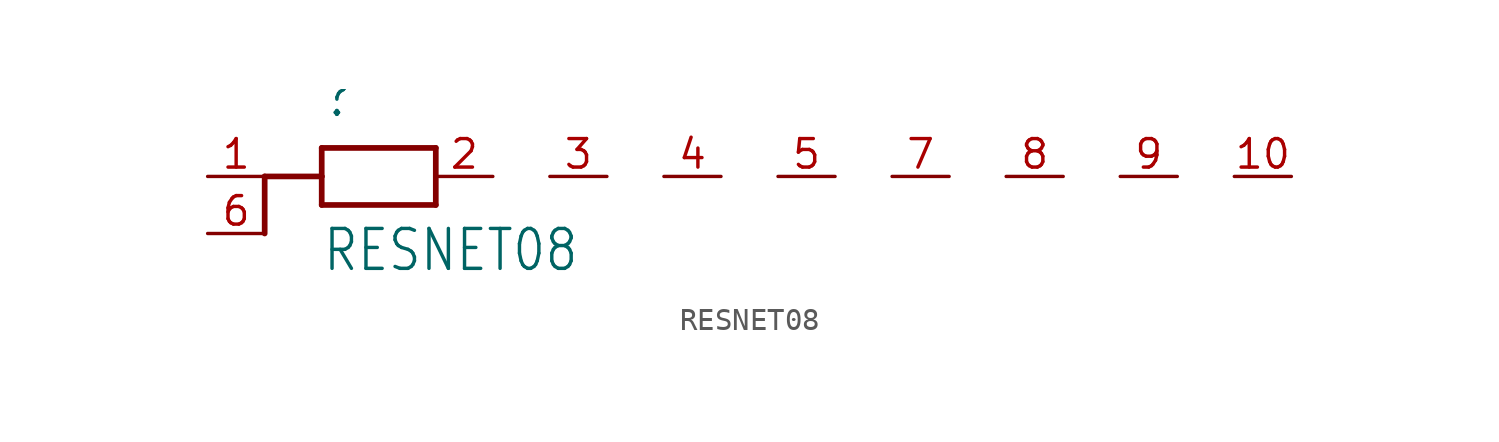
<source format=kicad_sym>
(kicad_symbol_lib
  (version 20211014)
  (generator kicad_symbol_editor)
  (symbol "RESNET08"
    (property "Reference" ""
      (at -7.62 2.54 0)
      (effects (font (size 1.778 1.511)) (justify left bottom)))
    (property "Value" "RESNET08"
      (at -7.62 -4.318 0)
      (effects (font (size 1.778 1.511)) (justify left bottom)))
    (property "ki_locked" ""
      (at 0 0 0)
      (effects (font (size 1.27 1.27))))
    (symbol "RESNET08_1_0"
      (polyline (pts (xy -10.16 -2.54) (xy -10.16 0)) (stroke (width 0.254) (type default) (color 0 0 0 0)) (fill (type none)))
      (polyline (pts (xy -7.62 -1.27) (xy -2.54 -1.27)) (stroke (width 0.254) (type default) (color 0 0 0 0)) (fill (type none)))
      (polyline (pts (xy -7.62 0) (xy -10.16 0)) (stroke (width 0.254) (type default) (color 0 0 0 0)) (fill (type none)))
      (polyline (pts (xy -7.62 0) (xy -7.62 -1.27)) (stroke (width 0.254) (type default) (color 0 0 0 0)) (fill (type none)))
      (polyline (pts (xy -7.62 1.27) (xy -7.62 0)) (stroke (width 0.254) (type default) (color 0 0 0 0)) (fill (type none)))
      (polyline (pts (xy -2.54 -1.27) (xy -2.54 1.27)) (stroke (width 0.254) (type default) (color 0 0 0 0)) (fill (type none)))
      (polyline (pts (xy -2.54 1.27) (xy -7.62 1.27)) (stroke (width 0.254) (type default) (color 0 0 0 0)) (fill (type none)))
      (pin passive line (at -12.7 0 0) (length 2.54) (name "1" (effects (font (size 0 0)))) (number "1" (effects (font (size 1.27 1.27)))))
      (pin passive line (at 35.56 0 180) (length 2.54) (name "9" (effects (font (size 0 0)))) (number "10" (effects (font (size 1.27 1.27)))))
      (pin passive line (at 0 0 180) (length 2.54) (name "2" (effects (font (size 0 0)))) (number "2" (effects (font (size 1.27 1.27)))))
      (pin passive line (at 5.08 0 180) (length 2.54) (name "3" (effects (font (size 0 0)))) (number "3" (effects (font (size 1.27 1.27)))))
      (pin passive line (at 10.16 0 180) (length 2.54) (name "4" (effects (font (size 0 0)))) (number "4" (effects (font (size 1.27 1.27)))))
      (pin passive line (at 15.24 0 180) (length 2.54) (name "5" (effects (font (size 0 0)))) (number "5" (effects (font (size 1.27 1.27)))))
      (pin passive line (at -12.7 -2.54 0) (length 2.54) (name "10" (effects (font (size 0 0)))) (number "6" (effects (font (size 1.27 1.27)))))
      (pin passive line (at 20.32 0 180) (length 2.54) (name "6" (effects (font (size 0 0)))) (number "7" (effects (font (size 1.27 1.27)))))
      (pin passive line (at 25.4 0 180) (length 2.54) (name "7" (effects (font (size 0 0)))) (number "8" (effects (font (size 1.27 1.27)))))
      (pin passive line (at 30.48 0 180) (length 2.54) (name "8" (effects (font (size 0 0)))) (number "9" (effects (font (size 1.27 1.27))))))))
</source>
